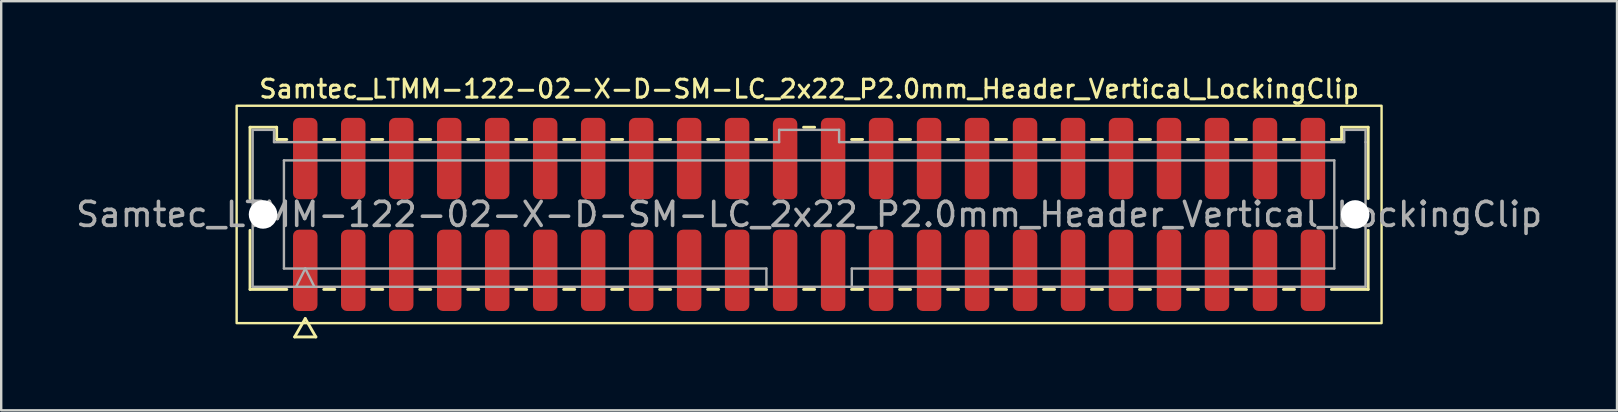
<source format=kicad_pcb>
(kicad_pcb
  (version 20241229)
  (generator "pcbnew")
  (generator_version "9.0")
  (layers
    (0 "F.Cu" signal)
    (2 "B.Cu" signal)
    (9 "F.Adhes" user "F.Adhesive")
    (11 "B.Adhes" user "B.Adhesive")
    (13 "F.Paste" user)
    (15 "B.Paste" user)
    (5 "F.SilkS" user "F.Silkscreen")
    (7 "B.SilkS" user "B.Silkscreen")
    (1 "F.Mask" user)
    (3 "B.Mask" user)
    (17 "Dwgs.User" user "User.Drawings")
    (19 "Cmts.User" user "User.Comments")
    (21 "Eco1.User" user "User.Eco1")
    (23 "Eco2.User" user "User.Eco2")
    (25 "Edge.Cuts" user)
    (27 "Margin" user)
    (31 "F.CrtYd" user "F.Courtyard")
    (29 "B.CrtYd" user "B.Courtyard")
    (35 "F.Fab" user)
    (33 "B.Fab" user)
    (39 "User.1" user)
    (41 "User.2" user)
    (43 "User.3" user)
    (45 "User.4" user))
  (footprint "Samtec_LTMM-122-02-X-D-SM-LC_2x22_P2.0mm_Header_Vertical_LockingClip"
    (layer "F.Cu")
    (at 30.673 5.888)
    (property "Reference" "Samtec_LTMM-122-02-X-D-SM-LC_2x22_P2.0mm_Header_Vertical_LockingClip" (at 0 -5.23 0) (layer "F.SilkS") (effects (font (size 0.75 0.75) (thickness 0.125))))
    (attr smd)
    (fp_line (start -23.302 -3.635) (end -22.192 -3.635) (stroke (width 0.12) (type solid)) (layer "F.SilkS"))
    (fp_line (start -23.302 -0.662) (end -23.302 -3.635) (stroke (width 0.12) (type solid)) (layer "F.SilkS"))
    (fp_line (start -23.302 3.125) (end -23.302 0.662) (stroke (width 0.12) (type solid)) (layer "F.SilkS"))
    (fp_line (start -22.192 -3.635) (end -22.192 -3.125) (stroke (width 0.12) (type solid)) (layer "F.SilkS"))
    (fp_line (start -22.192 -3.125) (end -21.77 -3.125) (stroke (width 0.12) (type solid)) (layer "F.SilkS"))
    (fp_line (start -21.77 3.125) (end -23.302 3.125) (stroke (width 0.12) (type solid)) (layer "F.SilkS"))
    (fp_line (start -21.442 5.105) (end -21 4.34) (stroke (width 0.12) (type solid)) (layer "F.SilkS"))
    (fp_line (start -21 4.34) (end -20.558 5.105) (stroke (width 0.12) (type solid)) (layer "F.SilkS"))
    (fp_line (start -20.558 5.105) (end -21.442 5.105) (stroke (width 0.12) (type solid)) (layer "F.SilkS"))
    (fp_line (start -20.23 -3.125) (end -19.77 -3.125) (stroke (width 0.12) (type solid)) (layer "F.SilkS"))
    (fp_line (start -19.77 3.125) (end -20.23 3.125) (stroke (width 0.12) (type solid)) (layer "F.SilkS"))
    (fp_line (start -18.23 -3.125) (end -17.77 -3.125) (stroke (width 0.12) (type solid)) (layer "F.SilkS"))
    (fp_line (start -17.77 3.125) (end -18.23 3.125) (stroke (width 0.12) (type solid)) (layer "F.SilkS"))
    (fp_line (start -16.23 -3.125) (end -15.77 -3.125) (stroke (width 0.12) (type solid)) (layer "F.SilkS"))
    (fp_line (start -15.77 3.125) (end -16.23 3.125) (stroke (width 0.12) (type solid)) (layer "F.SilkS"))
    (fp_line (start -14.23 -3.125) (end -13.77 -3.125) (stroke (width 0.12) (type solid)) (layer "F.SilkS"))
    (fp_line (start -13.77 3.125) (end -14.23 3.125) (stroke (width 0.12) (type solid)) (layer "F.SilkS"))
    (fp_line (start -12.23 -3.125) (end -11.77 -3.125) (stroke (width 0.12) (type solid)) (layer "F.SilkS"))
    (fp_line (start -11.77 3.125) (end -12.23 3.125) (stroke (width 0.12) (type solid)) (layer "F.SilkS"))
    (fp_line (start -10.23 -3.125) (end -9.77 -3.125) (stroke (width 0.12) (type solid)) (layer "F.SilkS"))
    (fp_line (start -9.77 3.125) (end -10.23 3.125) (stroke (width 0.12) (type solid)) (layer "F.SilkS"))
    (fp_line (start -8.23 -3.125) (end -7.77 -3.125) (stroke (width 0.12) (type solid)) (layer "F.SilkS"))
    (fp_line (start -7.77 3.125) (end -8.23 3.125) (stroke (width 0.12) (type solid)) (layer "F.SilkS"))
    (fp_line (start -6.23 -3.125) (end -5.77 -3.125) (stroke (width 0.12) (type solid)) (layer "F.SilkS"))
    (fp_line (start -5.77 3.125) (end -6.23 3.125) (stroke (width 0.12) (type solid)) (layer "F.SilkS"))
    (fp_line (start -4.23 -3.125) (end -3.77 -3.125) (stroke (width 0.12) (type solid)) (layer "F.SilkS"))
    (fp_line (start -3.77 3.125) (end -4.23 3.125) (stroke (width 0.12) (type solid)) (layer "F.SilkS"))
    (fp_line (start -2.23 -3.125) (end -1.77 -3.125) (stroke (width 0.12) (type solid)) (layer "F.SilkS"))
    (fp_line (start -1.77 3.125) (end -2.23 3.125) (stroke (width 0.12) (type solid)) (layer "F.SilkS"))
    (fp_line (start -0.23 -3.635) (end 0.23 -3.635) (stroke (width 0.12) (type solid)) (layer "F.SilkS"))
    (fp_line (start 0.23 3.125) (end -0.23 3.125) (stroke (width 0.12) (type solid)) (layer "F.SilkS"))
    (fp_line (start 1.77 -3.125) (end 2.23 -3.125) (stroke (width 0.12) (type solid)) (layer "F.SilkS"))
    (fp_line (start 2.23 3.125) (end 1.77 3.125) (stroke (width 0.12) (type solid)) (layer "F.SilkS"))
    (fp_line (start 3.77 -3.125) (end 4.23 -3.125) (stroke (width 0.12) (type solid)) (layer "F.SilkS"))
    (fp_line (start 4.23 3.125) (end 3.77 3.125) (stroke (width 0.12) (type solid)) (layer "F.SilkS"))
    (fp_line (start 5.77 -3.125) (end 6.23 -3.125) (stroke (width 0.12) (type solid)) (layer "F.SilkS"))
    (fp_line (start 6.23 3.125) (end 5.77 3.125) (stroke (width 0.12) (type solid)) (layer "F.SilkS"))
    (fp_line (start 7.77 -3.125) (end 8.23 -3.125) (stroke (width 0.12) (type solid)) (layer "F.SilkS"))
    (fp_line (start 8.23 3.125) (end 7.77 3.125) (stroke (width 0.12) (type solid)) (layer "F.SilkS"))
    (fp_line (start 9.77 -3.125) (end 10.23 -3.125) (stroke (width 0.12) (type solid)) (layer "F.SilkS"))
    (fp_line (start 10.23 3.125) (end 9.77 3.125) (stroke (width 0.12) (type solid)) (layer "F.SilkS"))
    (fp_line (start 11.77 -3.125) (end 12.23 -3.125) (stroke (width 0.12) (type solid)) (layer "F.SilkS"))
    (fp_line (start 12.23 3.125) (end 11.77 3.125) (stroke (width 0.12) (type solid)) (layer "F.SilkS"))
    (fp_line (start 13.77 -3.125) (end 14.23 -3.125) (stroke (width 0.12) (type solid)) (layer "F.SilkS"))
    (fp_line (start 14.23 3.125) (end 13.77 3.125) (stroke (width 0.12) (type solid)) (layer "F.SilkS"))
    (fp_line (start 15.77 -3.125) (end 16.23 -3.125) (stroke (width 0.12) (type solid)) (layer "F.SilkS"))
    (fp_line (start 16.23 3.125) (end 15.77 3.125) (stroke (width 0.12) (type solid)) (layer "F.SilkS"))
    (fp_line (start 17.77 -3.125) (end 18.23 -3.125) (stroke (width 0.12) (type solid)) (layer "F.SilkS"))
    (fp_line (start 18.23 3.125) (end 17.77 3.125) (stroke (width 0.12) (type solid)) (layer "F.SilkS"))
    (fp_line (start 19.77 -3.125) (end 20.23 -3.125) (stroke (width 0.12) (type solid)) (layer "F.SilkS"))
    (fp_line (start 20.23 3.125) (end 19.77 3.125) (stroke (width 0.12) (type solid)) (layer "F.SilkS"))
    (fp_line (start 21.77 -3.125) (end 22.192 -3.125) (stroke (width 0.12) (type solid)) (layer "F.SilkS"))
    (fp_line (start 22.192 -3.635) (end 23.302 -3.635) (stroke (width 0.12) (type solid)) (layer "F.SilkS"))
    (fp_line (start 22.192 -3.125) (end 22.192 -3.635) (stroke (width 0.12) (type solid)) (layer "F.SilkS"))
    (fp_line (start 23.302 -3.635) (end 23.302 -0.662) (stroke (width 0.12) (type solid)) (layer "F.SilkS"))
    (fp_line (start 23.302 0.662) (end 23.302 3.125) (stroke (width 0.12) (type solid)) (layer "F.SilkS"))
    (fp_line (start 23.302 3.125) (end 21.77 3.125) (stroke (width 0.12) (type solid)) (layer "F.SilkS"))
    (fp_rect (start -23.86 -4.53) (end 23.86 4.53) (stroke (width 0.1) (type solid)) (fill no) (layer "F.SilkS"))
    (fp_line (start -23.192 -3.525) (end -22.302 -3.525) (stroke (width 0.1) (type solid)) (layer "F.Fab"))
    (fp_line (start -23.192 3.015) (end -23.192 -3.525) (stroke (width 0.1) (type solid)) (layer "F.Fab"))
    (fp_line (start -22.302 -3.525) (end -22.302 -3.015) (stroke (width 0.1) (type solid)) (layer "F.Fab"))
    (fp_line (start -22.302 -3.015) (end -1.25 -3.015) (stroke (width 0.1) (type solid)) (layer "F.Fab"))
    (fp_line (start -21.889 -2.253) (end 21.889 -2.253) (stroke (width 0.1) (type solid)) (layer "F.Fab"))
    (fp_line (start -21.889 2.253) (end -21.889 -2.253) (stroke (width 0.1) (type solid)) (layer "F.Fab"))
    (fp_line (start -21.381 3.015) (end -21 2.253) (stroke (width 0.1) (type solid)) (layer "F.Fab"))
    (fp_line (start -21 2.253) (end -20.619 3.015) (stroke (width 0.1) (type solid)) (layer "F.Fab"))
    (fp_line (start -1.78 2.253) (end -21.889 2.253) (stroke (width 0.1) (type solid)) (layer "F.Fab"))
    (fp_line (start -1.78 3.015) (end -1.78 2.253) (stroke (width 0.1) (type solid)) (layer "F.Fab"))
    (fp_line (start -1.25 -3.525) (end 1.25 -3.525) (stroke (width 0.1) (type solid)) (layer "F.Fab"))
    (fp_line (start -1.25 -3.015) (end -1.25 -3.525) (stroke (width 0.1) (type solid)) (layer "F.Fab"))
    (fp_line (start 1.25 -3.525) (end 1.25 -3.015) (stroke (width 0.1) (type solid)) (layer "F.Fab"))
    (fp_line (start 1.25 -3.015) (end 22.302 -3.015) (stroke (width 0.1) (type solid)) (layer "F.Fab"))
    (fp_line (start 1.78 2.253) (end 1.78 3.015) (stroke (width 0.1) (type solid)) (layer "F.Fab"))
    (fp_line (start 21.889 -2.253) (end 21.889 2.253) (stroke (width 0.1) (type solid)) (layer "F.Fab"))
    (fp_line (start 21.889 2.253) (end 1.78 2.253) (stroke (width 0.1) (type solid)) (layer "F.Fab"))
    (fp_line (start 22.302 -3.525) (end 23.192 -3.525) (stroke (width 0.1) (type solid)) (layer "F.Fab"))
    (fp_line (start 22.302 -3.015) (end 22.302 -3.525) (stroke (width 0.1) (type solid)) (layer "F.Fab"))
    (fp_line (start 23.192 -3.525) (end 23.192 -3.015) (stroke (width 0.1) (type solid)) (layer "F.Fab"))
    (fp_line (start 23.192 -3.015) (end 23.192 3.015) (stroke (width 0.1) (type solid)) (layer "F.Fab"))
    (fp_line (start 23.192 3.015) (end -23.192 3.015) (stroke (width 0.1) (type solid)) (layer "F.Fab"))
    (fp_text user "${REFERENCE}" (at 0 0 0) (layer "F.Fab") (effects (font (size 1 1) (thickness 0.15))))
    (pad "" np_thru_hole circle (at -22.76 0) (size 1.19 1.19) (drill 1.19) (layers "*.Cu" "*.Mask"))
    (pad "" np_thru_hole circle (at 22.76 0) (size 1.19 1.19) (drill 1.19) (layers "*.Cu" "*.Mask"))
    (pad "1" smd roundrect (at -21 2.33) (size 1.02 3.39) (layers "F.Cu" "F.Mask" "F.Paste") (roundrect_rratio 0.245))
    (pad "2" smd roundrect (at -21 -2.33) (size 1.02 3.39) (layers "F.Cu" "F.Mask" "F.Paste") (roundrect_rratio 0.245))
    (pad "3" smd roundrect (at -19 2.33) (size 1.02 3.39) (layers "F.Cu" "F.Mask" "F.Paste") (roundrect_rratio 0.245))
    (pad "4" smd roundrect (at -19 -2.33) (size 1.02 3.39) (layers "F.Cu" "F.Mask" "F.Paste") (roundrect_rratio 0.245))
    (pad "5" smd roundrect (at -17 2.33) (size 1.02 3.39) (layers "F.Cu" "F.Mask" "F.Paste") (roundrect_rratio 0.245))
    (pad "6" smd roundrect (at -17 -2.33) (size 1.02 3.39) (layers "F.Cu" "F.Mask" "F.Paste") (roundrect_rratio 0.245))
    (pad "7" smd roundrect (at -15 2.33) (size 1.02 3.39) (layers "F.Cu" "F.Mask" "F.Paste") (roundrect_rratio 0.245))
    (pad "8" smd roundrect (at -15 -2.33) (size 1.02 3.39) (layers "F.Cu" "F.Mask" "F.Paste") (roundrect_rratio 0.245))
    (pad "9" smd roundrect (at -13 2.33) (size 1.02 3.39) (layers "F.Cu" "F.Mask" "F.Paste") (roundrect_rratio 0.245))
    (pad "10" smd roundrect (at -13 -2.33) (size 1.02 3.39) (layers "F.Cu" "F.Mask" "F.Paste") (roundrect_rratio 0.245))
    (pad "11" smd roundrect (at -11 2.33) (size 1.02 3.39) (layers "F.Cu" "F.Mask" "F.Paste") (roundrect_rratio 0.245))
    (pad "12" smd roundrect (at -11 -2.33) (size 1.02 3.39) (layers "F.Cu" "F.Mask" "F.Paste") (roundrect_rratio 0.245))
    (pad "13" smd roundrect (at -9 2.33) (size 1.02 3.39) (layers "F.Cu" "F.Mask" "F.Paste") (roundrect_rratio 0.245))
    (pad "14" smd roundrect (at -9 -2.33) (size 1.02 3.39) (layers "F.Cu" "F.Mask" "F.Paste") (roundrect_rratio 0.245))
    (pad "15" smd roundrect (at -7 2.33) (size 1.02 3.39) (layers "F.Cu" "F.Mask" "F.Paste") (roundrect_rratio 0.245))
    (pad "16" smd roundrect (at -7 -2.33) (size 1.02 3.39) (layers "F.Cu" "F.Mask" "F.Paste") (roundrect_rratio 0.245))
    (pad "17" smd roundrect (at -5 2.33) (size 1.02 3.39) (layers "F.Cu" "F.Mask" "F.Paste") (roundrect_rratio 0.245))
    (pad "18" smd roundrect (at -5 -2.33) (size 1.02 3.39) (layers "F.Cu" "F.Mask" "F.Paste") (roundrect_rratio 0.245))
    (pad "19" smd roundrect (at -3 2.33) (size 1.02 3.39) (layers "F.Cu" "F.Mask" "F.Paste") (roundrect_rratio 0.245))
    (pad "20" smd roundrect (at -3 -2.33) (size 1.02 3.39) (layers "F.Cu" "F.Mask" "F.Paste") (roundrect_rratio 0.245))
    (pad "21" smd roundrect (at -1 2.33) (size 1.02 3.39) (layers "F.Cu" "F.Mask" "F.Paste") (roundrect_rratio 0.245))
    (pad "22" smd roundrect (at -1 -2.33) (size 1.02 3.39) (layers "F.Cu" "F.Mask" "F.Paste") (roundrect_rratio 0.245))
    (pad "23" smd roundrect (at 1 2.33) (size 1.02 3.39) (layers "F.Cu" "F.Mask" "F.Paste") (roundrect_rratio 0.245))
    (pad "24" smd roundrect (at 1 -2.33) (size 1.02 3.39) (layers "F.Cu" "F.Mask" "F.Paste") (roundrect_rratio 0.245))
    (pad "25" smd roundrect (at 3 2.33) (size 1.02 3.39) (layers "F.Cu" "F.Mask" "F.Paste") (roundrect_rratio 0.245))
    (pad "26" smd roundrect (at 3 -2.33) (size 1.02 3.39) (layers "F.Cu" "F.Mask" "F.Paste") (roundrect_rratio 0.245))
    (pad "27" smd roundrect (at 5 2.33) (size 1.02 3.39) (layers "F.Cu" "F.Mask" "F.Paste") (roundrect_rratio 0.245))
    (pad "28" smd roundrect (at 5 -2.33) (size 1.02 3.39) (layers "F.Cu" "F.Mask" "F.Paste") (roundrect_rratio 0.245))
    (pad "29" smd roundrect (at 7 2.33) (size 1.02 3.39) (layers "F.Cu" "F.Mask" "F.Paste") (roundrect_rratio 0.245))
    (pad "30" smd roundrect (at 7 -2.33) (size 1.02 3.39) (layers "F.Cu" "F.Mask" "F.Paste") (roundrect_rratio 0.245))
    (pad "31" smd roundrect (at 9 2.33) (size 1.02 3.39) (layers "F.Cu" "F.Mask" "F.Paste") (roundrect_rratio 0.245))
    (pad "32" smd roundrect (at 9 -2.33) (size 1.02 3.39) (layers "F.Cu" "F.Mask" "F.Paste") (roundrect_rratio 0.245))
    (pad "33" smd roundrect (at 11 2.33) (size 1.02 3.39) (layers "F.Cu" "F.Mask" "F.Paste") (roundrect_rratio 0.245))
    (pad "34" smd roundrect (at 11 -2.33) (size 1.02 3.39) (layers "F.Cu" "F.Mask" "F.Paste") (roundrect_rratio 0.245))
    (pad "35" smd roundrect (at 13 2.33) (size 1.02 3.39) (layers "F.Cu" "F.Mask" "F.Paste") (roundrect_rratio 0.245))
    (pad "36" smd roundrect (at 13 -2.33) (size 1.02 3.39) (layers "F.Cu" "F.Mask" "F.Paste") (roundrect_rratio 0.245))
    (pad "37" smd roundrect (at 15 2.33) (size 1.02 3.39) (layers "F.Cu" "F.Mask" "F.Paste") (roundrect_rratio 0.245))
    (pad "38" smd roundrect (at 15 -2.33) (size 1.02 3.39) (layers "F.Cu" "F.Mask" "F.Paste") (roundrect_rratio 0.245))
    (pad "39" smd roundrect (at 17 2.33) (size 1.02 3.39) (layers "F.Cu" "F.Mask" "F.Paste") (roundrect_rratio 0.245))
    (pad "40" smd roundrect (at 17 -2.33) (size 1.02 3.39) (layers "F.Cu" "F.Mask" "F.Paste") (roundrect_rratio 0.245))
    (pad "41" smd roundrect (at 19 2.33) (size 1.02 3.39) (layers "F.Cu" "F.Mask" "F.Paste") (roundrect_rratio 0.245))
    (pad "42" smd roundrect (at 19 -2.33) (size 1.02 3.39) (layers "F.Cu" "F.Mask" "F.Paste") (roundrect_rratio 0.245))
    (pad "43" smd roundrect (at 21 2.33) (size 1.02 3.39) (layers "F.Cu" "F.Mask" "F.Paste") (roundrect_rratio 0.245))
    (pad "44" smd roundrect (at 21 -2.33) (size 1.02 3.39) (layers "F.Cu" "F.Mask" "F.Paste") (roundrect_rratio 0.245)))
  (gr_rect
    (start -3 -3)
    (end 64.345 14.053)
    (stroke (width 0.1) (type default))
    (fill no)
    (layer "Edge.Cuts")))
</source>
